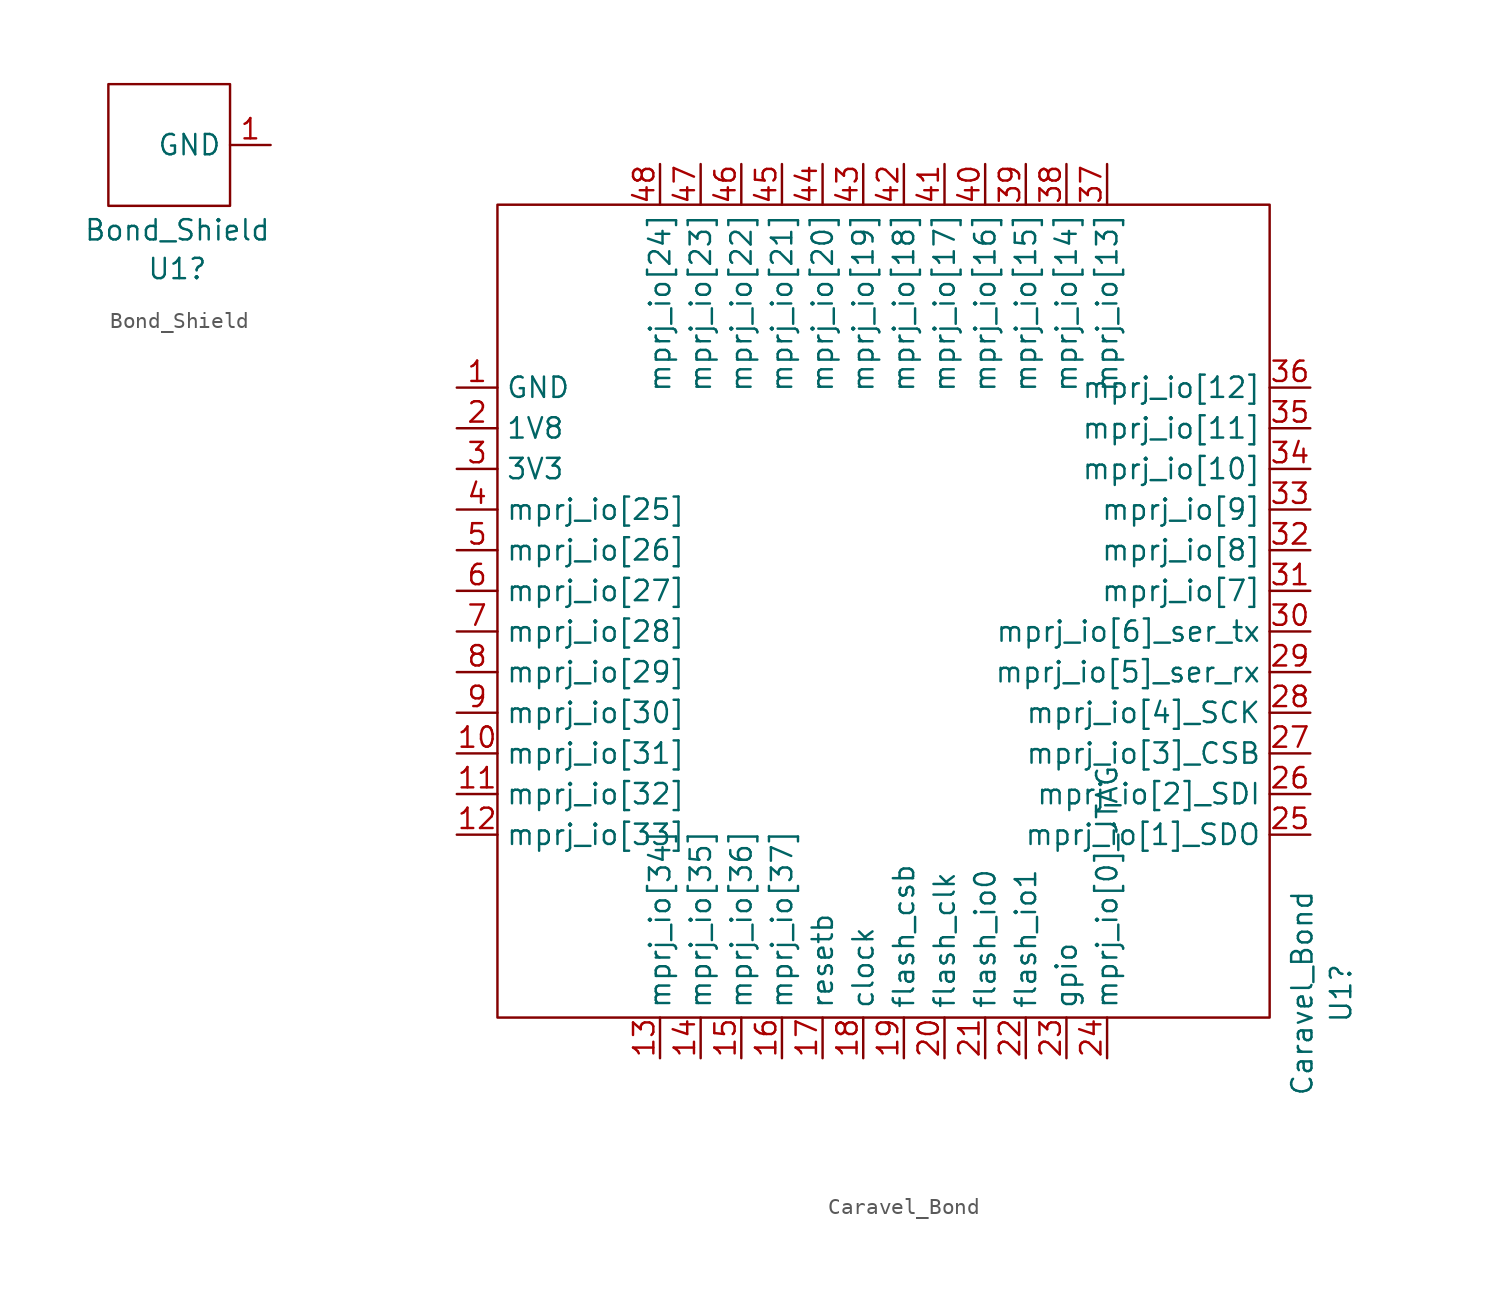
<source format=kicad_sym>
(kicad_symbol_lib
  (version 20231120)
  (generator "kicad_symbol_editor")
  (generator_version "8.0")
  (symbol "Bond_Shield"
    (property "Reference" "U1"
      (at 0.508 -7.758 0)
      (effects (font (size 1.27 1.27))))
    (property "Value" "Bond_Shield"
      (at 0.508 -5.334 0)
      (effects (font (size 1.27 1.27))))
    (symbol "Bond_Shield_0_1"
      (rectangle (start -3.81 3.81) (end 3.81 -3.81) (stroke (width 0) (type default)) (fill (type none))))
    (symbol "Bond_Shield_1_1"
      (pin power_in line (at 6.35 0 180) (length 2.54) (name "GND" (effects (font (size 1.27 1.27)))) (number "1" (effects (font (size 1.27 1.27)))))))
  (symbol "Caravel_Bond"
    (property "Reference" "U1"
      (at 28.586 -23.876 90)
      (effects (font (size 1.27 1.27))))
    (property "Value" "Caravel_Bond"
      (at 26.162 -23.876 90)
      (effects (font (size 1.27 1.27))))
    (symbol "Caravel_Bond_0_1"
      (rectangle (start -24.13 25.4) (end 24.13 -25.4) (stroke (width 0) (type default)) (fill (type none))))
    (symbol "Caravel_Bond_1_1"
      (pin power_in line (at -26.67 13.97 0) (length 2.54) (name "GND" (effects (font (size 1.27 1.27)))) (number "1" (effects (font (size 1.27 1.27)))))
      (pin bidirectional line (at -26.67 -8.89 0) (length 2.54) (name "mprj_io[31]" (effects (font (size 1.27 1.27)))) (number "10" (effects (font (size 1.27 1.27)))))
      (pin bidirectional line (at -26.67 -11.43 0) (length 2.54) (name "mprj_io[32]" (effects (font (size 1.27 1.27)))) (number "11" (effects (font (size 1.27 1.27)))))
      (pin bidirectional line (at -26.67 -13.97 0) (length 2.54) (name "mprj_io[33]" (effects (font (size 1.27 1.27)))) (number "12" (effects (font (size 1.27 1.27)))))
      (pin bidirectional line (at -13.97 -27.94 90) (length 2.54) (name "mprj_io[34]" (effects (font (size 1.27 1.27)))) (number "13" (effects (font (size 1.27 1.27)))))
      (pin bidirectional line (at -11.43 -27.94 90) (length 2.54) (name "mprj_io[35]" (effects (font (size 1.27 1.27)))) (number "14" (effects (font (size 1.27 1.27)))))
      (pin bidirectional line (at -8.89 -27.94 90) (length 2.54) (name "mprj_io[36]" (effects (font (size 1.27 1.27)))) (number "15" (effects (font (size 1.27 1.27)))))
      (pin bidirectional line (at -6.35 -27.94 90) (length 2.54) (name "mprj_io[37]" (effects (font (size 1.27 1.27)))) (number "16" (effects (font (size 1.27 1.27)))))
      (pin input line (at -3.81 -27.94 90) (length 2.54) (name "resetb" (effects (font (size 1.27 1.27)))) (number "17" (effects (font (size 1.27 1.27)))))
      (pin input line (at -1.27 -27.94 90) (length 2.54) (name "clock" (effects (font (size 1.27 1.27)))) (number "18" (effects (font (size 1.27 1.27)))))
      (pin output line (at 1.27 -27.94 90) (length 2.54) (name "flash_csb" (effects (font (size 1.27 1.27)))) (number "19" (effects (font (size 1.27 1.27)))))
      (pin power_in line (at -26.67 11.43 0) (length 2.54) (name "1V8" (effects (font (size 1.27 1.27)))) (number "2" (effects (font (size 1.27 1.27)))))
      (pin output line (at 3.81 -27.94 90) (length 2.54) (name "flash_clk" (effects (font (size 1.27 1.27)))) (number "20" (effects (font (size 1.27 1.27)))))
      (pin bidirectional line (at 6.35 -27.94 90) (length 2.54) (name "flash_io0" (effects (font (size 1.27 1.27)))) (number "21" (effects (font (size 1.27 1.27)))))
      (pin bidirectional line (at 8.89 -27.94 90) (length 2.54) (name "flash_io1" (effects (font (size 1.27 1.27)))) (number "22" (effects (font (size 1.27 1.27)))))
      (pin bidirectional line (at 11.43 -27.94 90) (length 2.54) (name "gpio" (effects (font (size 1.27 1.27)))) (number "23" (effects (font (size 1.27 1.27)))))
      (pin bidirectional line (at 13.97 -27.94 90) (length 2.54) (name "mprj_io[0]_JTAG" (effects (font (size 1.27 1.27)))) (number "24" (effects (font (size 1.27 1.27)))))
      (pin bidirectional line (at 26.67 -13.97 180) (length 2.54) (name "mprj_io[1]_SDO" (effects (font (size 1.27 1.27)))) (number "25" (effects (font (size 1.27 1.27)))))
      (pin bidirectional line (at 26.67 -11.43 180) (length 2.54) (name "mprj_io[2]_SDI" (effects (font (size 1.27 1.27)))) (number "26" (effects (font (size 1.27 1.27)))))
      (pin bidirectional line (at 26.67 -8.89 180) (length 2.54) (name "mprj_io[3]_CSB" (effects (font (size 1.27 1.27)))) (number "27" (effects (font (size 1.27 1.27)))))
      (pin bidirectional line (at 26.67 -6.35 180) (length 2.54) (name "mprj_io[4]_SCK" (effects (font (size 1.27 1.27)))) (number "28" (effects (font (size 1.27 1.27)))))
      (pin bidirectional line (at 26.67 -3.81 180) (length 2.54) (name "mprj_io[5]_ser_rx" (effects (font (size 1.27 1.27)))) (number "29" (effects (font (size 1.27 1.27)))))
      (pin power_in line (at -26.67 8.89 0) (length 2.54) (name "3V3" (effects (font (size 1.27 1.27)))) (number "3" (effects (font (size 1.27 1.27)))))
      (pin bidirectional line (at 26.67 -1.27 180) (length 2.54) (name "mprj_io[6]_ser_tx" (effects (font (size 1.27 1.27)))) (number "30" (effects (font (size 1.27 1.27)))))
      (pin bidirectional line (at 26.67 1.27 180) (length 2.54) (name "mprj_io[7]" (effects (font (size 1.27 1.27)))) (number "31" (effects (font (size 1.27 1.27)))))
      (pin bidirectional line (at 26.67 3.81 180) (length 2.54) (name "mprj_io[8]" (effects (font (size 1.27 1.27)))) (number "32" (effects (font (size 1.27 1.27)))))
      (pin bidirectional line (at 26.67 6.35 180) (length 2.54) (name "mprj_io[9]" (effects (font (size 1.27 1.27)))) (number "33" (effects (font (size 1.27 1.27)))))
      (pin bidirectional line (at 26.67 8.89 180) (length 2.54) (name "mprj_io[10]" (effects (font (size 1.27 1.27)))) (number "34" (effects (font (size 1.27 1.27)))))
      (pin bidirectional line (at 26.67 11.43 180) (length 2.54) (name "mprj_io[11]" (effects (font (size 1.27 1.27)))) (number "35" (effects (font (size 1.27 1.27)))))
      (pin bidirectional line (at 26.67 13.97 180) (length 2.54) (name "mprj_io[12]" (effects (font (size 1.27 1.27)))) (number "36" (effects (font (size 1.27 1.27)))))
      (pin bidirectional line (at 13.97 27.94 270) (length 2.54) (name "mprj_io[13]" (effects (font (size 1.27 1.27)))) (number "37" (effects (font (size 1.27 1.27)))))
      (pin bidirectional line (at 11.43 27.94 270) (length 2.54) (name "mprj_io[14]" (effects (font (size 1.27 1.27)))) (number "38" (effects (font (size 1.27 1.27)))))
      (pin bidirectional line (at 8.89 27.94 270) (length 2.54) (name "mprj_io[15]" (effects (font (size 1.27 1.27)))) (number "39" (effects (font (size 1.27 1.27)))))
      (pin bidirectional line (at -26.67 6.35 0) (length 2.54) (name "mprj_io[25]" (effects (font (size 1.27 1.27)))) (number "4" (effects (font (size 1.27 1.27)))))
      (pin bidirectional line (at 6.35 27.94 270) (length 2.54) (name "mprj_io[16]" (effects (font (size 1.27 1.27)))) (number "40" (effects (font (size 1.27 1.27)))))
      (pin bidirectional line (at 3.81 27.94 270) (length 2.54) (name "mprj_io[17]" (effects (font (size 1.27 1.27)))) (number "41" (effects (font (size 1.27 1.27)))))
      (pin bidirectional line (at 1.27 27.94 270) (length 2.54) (name "mprj_io[18]" (effects (font (size 1.27 1.27)))) (number "42" (effects (font (size 1.27 1.27)))))
      (pin bidirectional line (at -1.27 27.94 270) (length 2.54) (name "mprj_io[19]" (effects (font (size 1.27 1.27)))) (number "43" (effects (font (size 1.27 1.27)))))
      (pin bidirectional line (at -3.81 27.94 270) (length 2.54) (name "mprj_io[20]" (effects (font (size 1.27 1.27)))) (number "44" (effects (font (size 1.27 1.27)))))
      (pin bidirectional line (at -6.35 27.94 270) (length 2.54) (name "mprj_io[21]" (effects (font (size 1.27 1.27)))) (number "45" (effects (font (size 1.27 1.27)))))
      (pin bidirectional line (at -8.89 27.94 270) (length 2.54) (name "mprj_io[22]" (effects (font (size 1.27 1.27)))) (number "46" (effects (font (size 1.27 1.27)))))
      (pin bidirectional line (at -11.43 27.94 270) (length 2.54) (name "mprj_io[23]" (effects (font (size 1.27 1.27)))) (number "47" (effects (font (size 1.27 1.27)))))
      (pin bidirectional line (at -13.97 27.94 270) (length 2.54) (name "mprj_io[24]" (effects (font (size 1.27 1.27)))) (number "48" (effects (font (size 1.27 1.27)))))
      (pin bidirectional line (at -26.67 3.81 0) (length 2.54) (name "mprj_io[26]" (effects (font (size 1.27 1.27)))) (number "5" (effects (font (size 1.27 1.27)))))
      (pin bidirectional line (at -26.67 1.27 0) (length 2.54) (name "mprj_io[27]" (effects (font (size 1.27 1.27)))) (number "6" (effects (font (size 1.27 1.27)))))
      (pin bidirectional line (at -26.67 -1.27 0) (length 2.54) (name "mprj_io[28]" (effects (font (size 1.27 1.27)))) (number "7" (effects (font (size 1.27 1.27)))))
      (pin bidirectional line (at -26.67 -3.81 0) (length 2.54) (name "mprj_io[29]" (effects (font (size 1.27 1.27)))) (number "8" (effects (font (size 1.27 1.27)))))
      (pin bidirectional line (at -26.67 -6.35 0) (length 2.54) (name "mprj_io[30]" (effects (font (size 1.27 1.27)))) (number "9" (effects (font (size 1.27 1.27))))))))
</source>
